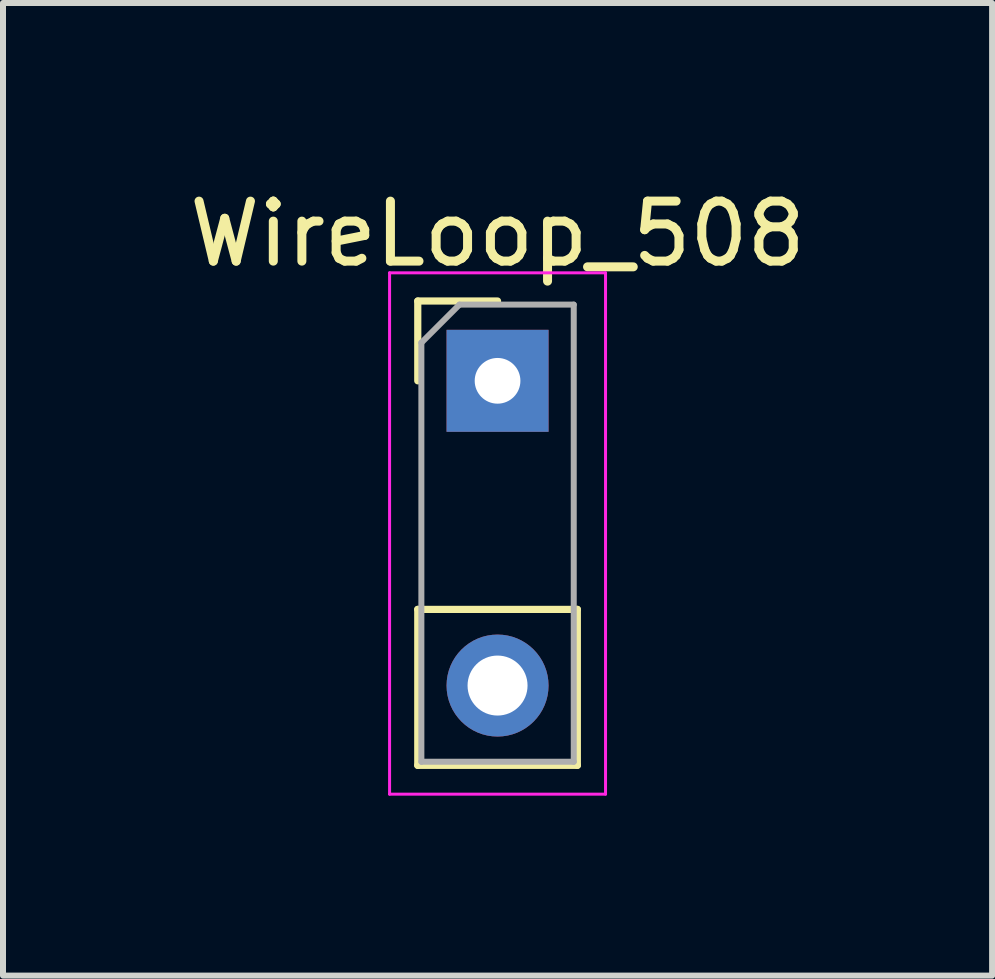
<source format=kicad_pcb>
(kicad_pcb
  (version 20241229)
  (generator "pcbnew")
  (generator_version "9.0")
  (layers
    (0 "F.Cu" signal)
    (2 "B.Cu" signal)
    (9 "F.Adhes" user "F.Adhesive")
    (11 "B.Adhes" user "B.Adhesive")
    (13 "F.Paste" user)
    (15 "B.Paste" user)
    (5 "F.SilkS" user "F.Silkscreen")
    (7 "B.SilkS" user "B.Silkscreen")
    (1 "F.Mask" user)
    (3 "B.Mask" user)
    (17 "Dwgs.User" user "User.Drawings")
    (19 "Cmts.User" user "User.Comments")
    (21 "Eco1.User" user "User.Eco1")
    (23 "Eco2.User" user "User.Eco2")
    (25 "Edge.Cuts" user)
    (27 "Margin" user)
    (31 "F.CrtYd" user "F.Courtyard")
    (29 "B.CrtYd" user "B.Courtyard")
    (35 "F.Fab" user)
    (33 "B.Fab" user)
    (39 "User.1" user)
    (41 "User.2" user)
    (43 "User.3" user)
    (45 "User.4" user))
  (footprint "WireLoop_508"
    (layer "F.Cu")
    (at 5.244 3.298)
    (property "Reference" "WireLoop_508" (at 0 -2.45 0) (layer "F.SilkS") (effects (font (size 1 1) (thickness 0.15))))
    (attr through_hole)
    (fp_line (start -1.33 -1.33) (end -1.33 0) (stroke (width 0.12) (type solid)) (layer "F.SilkS"))
    (fp_line (start -1.33 -1.33) (end 0 -1.33) (stroke (width 0.12) (type solid)) (layer "F.SilkS"))
    (fp_line (start -1.33 3.81) (end -1.33 6.41) (stroke (width 0.12) (type solid)) (layer "F.SilkS"))
    (fp_line (start -1.33 6.41) (end 1.33 6.41) (stroke (width 0.12) (type solid)) (layer "F.SilkS"))
    (fp_line (start 1.33 3.81) (end -1.33 3.81) (stroke (width 0.12) (type solid)) (layer "F.SilkS"))
    (fp_line (start 1.33 6.41) (end 1.33 3.81) (stroke (width 0.12) (type solid)) (layer "F.SilkS"))
    (fp_line (start -1.8 -1.8) (end -1.8 6.89) (stroke (width 0.05) (type solid)) (layer "F.CrtYd"))
    (fp_line (start -1.8 6.89) (end 1.8 6.89) (stroke (width 0.05) (type solid)) (layer "F.CrtYd"))
    (fp_line (start 1.8 -1.8) (end -1.8 -1.8) (stroke (width 0.05) (type solid)) (layer "F.CrtYd"))
    (fp_line (start 1.8 6.89) (end 1.8 -1.8) (stroke (width 0.05) (type solid)) (layer "F.CrtYd"))
    (fp_line (start -1.27 -0.635) (end -1.27 6.35) (stroke (width 0.1) (type solid)) (layer "F.Fab"))
    (fp_line (start -1.27 -0.635) (end -0.635 -1.27) (stroke (width 0.1) (type solid)) (layer "F.Fab"))
    (fp_line (start -1.27 6.35) (end 1.27 6.35) (stroke (width 0.1) (type solid)) (layer "F.Fab"))
    (fp_line (start -0.635 -1.27) (end 1.27 -1.27) (stroke (width 0.1) (type solid)) (layer "F.Fab"))
    (fp_line (start 1.27 -1.27) (end 1.27 6.35) (stroke (width 0.1) (type solid)) (layer "F.Fab"))
    (pad "0" thru_hole rect (at 0 0) (size 1.7 1.7) (drill 0.762) (layers "*.Cu" "*.Mask"))
    (pad "1" thru_hole circle (at 0 5.08) (size 1.7 1.7) (drill 1) (layers "*.Cu" "*.Mask")))
  (gr_rect
    (start -3 -3)
    (end 13.488 13.213)
    (stroke (width 0.1) (type default))
    (fill no)
    (layer "Edge.Cuts")))
</source>
